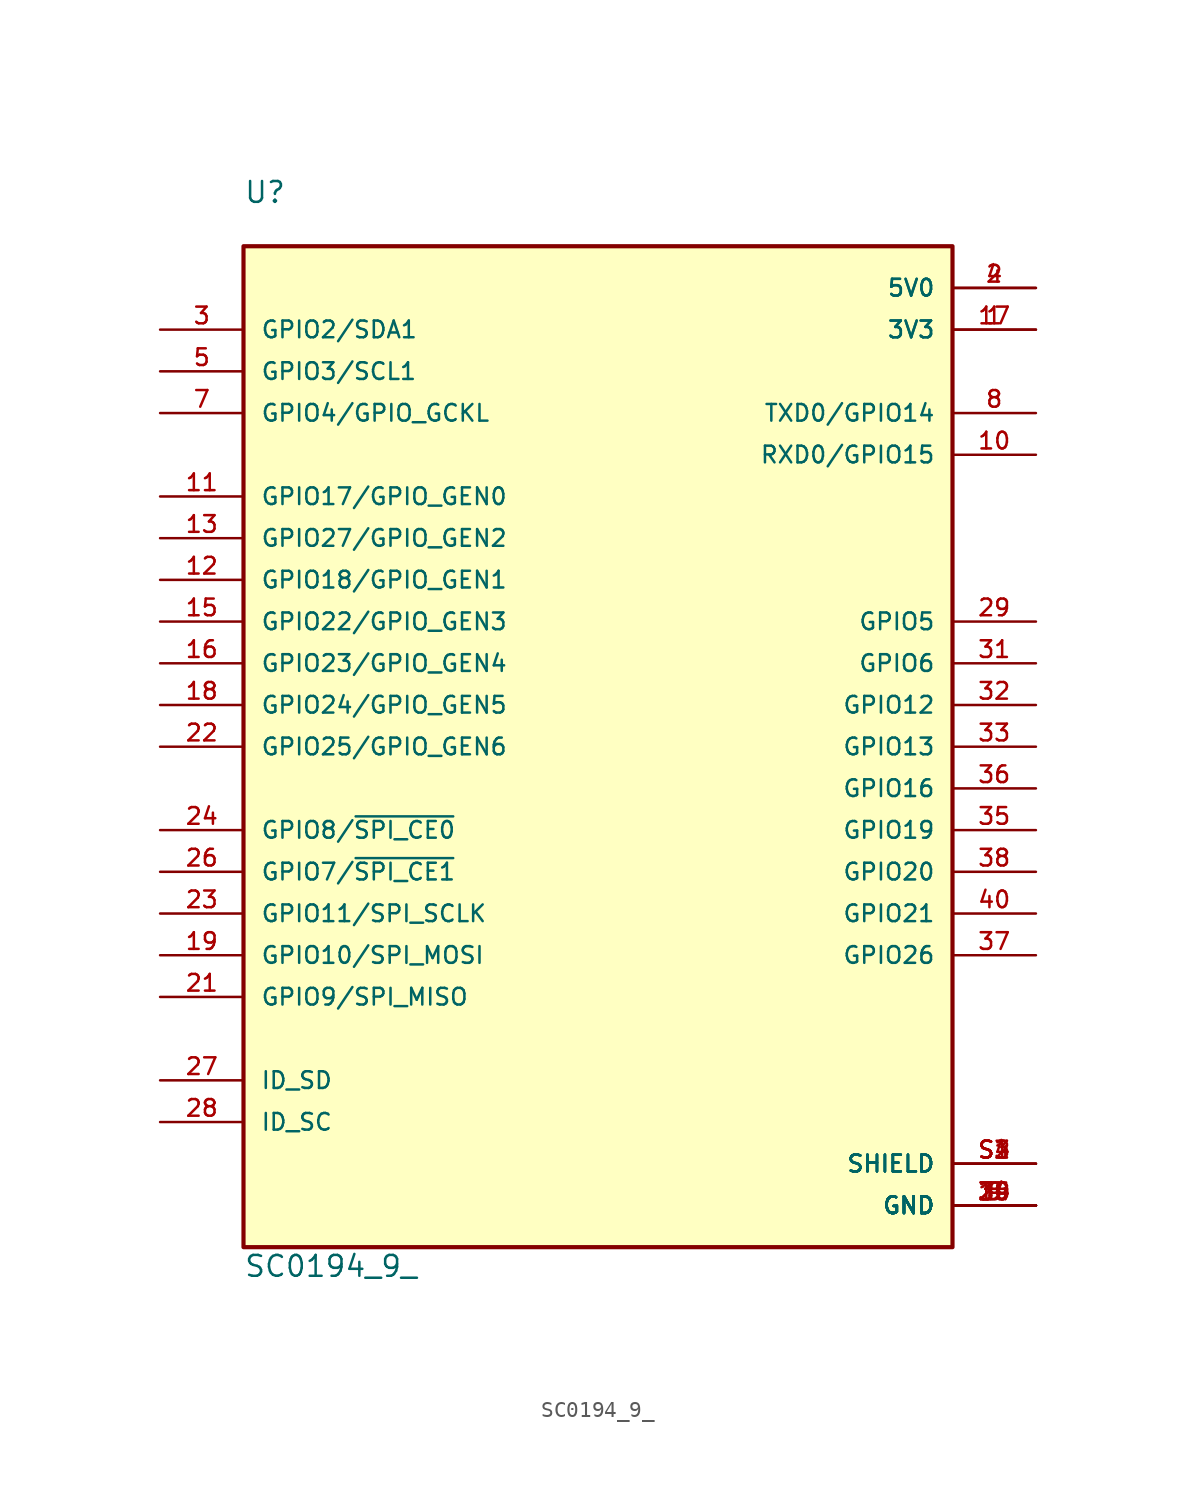
<source format=kicad_sym>
(kicad_symbol_lib
  (version 20211014)
  (generator kicad_symbol_editor)
  (symbol "SC0194_9_"
    (pin_names
      (offset 1.016))
    (property "Reference" "U"
      (at -22.86 27.94 0)
      (effects (font (size 1.27 1.27)) (justify bottom left)))
    (property "Value" "SC0194_9_"
      (at -22.86 -37.465 0)
      (effects (font (size 1.27 1.27)) (justify bottom left)))
    (symbol "SC0194_9__0_0"
      (rectangle (start -22.86 -35.56) (end 20.32 25.4) (stroke (width 0.254)) (fill (type background)))
      (pin power_in line (at 25.4 22.86 180.0) (length 5.08) (name "5V0" (effects (font (size 1.016 1.016)))) (number "2" (effects (font (size 1.016 1.016)))))
      (pin power_in line (at 25.4 22.86 180.0) (length 5.08) (name "5V0" (effects (font (size 1.016 1.016)))) (number "4" (effects (font (size 1.016 1.016)))))
      (pin power_in line (at 25.4 20.32 180.0) (length 5.08) (name "3V3" (effects (font (size 1.016 1.016)))) (number "1" (effects (font (size 1.016 1.016)))))
      (pin power_in line (at 25.4 20.32 180.0) (length 5.08) (name "3V3" (effects (font (size 1.016 1.016)))) (number "17" (effects (font (size 1.016 1.016)))))
      (pin bidirectional line (at -27.94 20.32 0) (length 5.08) (name "GPIO2/SDA1" (effects (font (size 1.016 1.016)))) (number "3" (effects (font (size 1.016 1.016)))))
      (pin bidirectional line (at -27.94 17.78 0) (length 5.08) (name "GPIO3/SCL1" (effects (font (size 1.016 1.016)))) (number "5" (effects (font (size 1.016 1.016)))))
      (pin bidirectional line (at -27.94 15.24 0) (length 5.08) (name "GPIO4/GPIO_GCKL" (effects (font (size 1.016 1.016)))) (number "7" (effects (font (size 1.016 1.016)))))
      (pin bidirectional line (at 25.4 15.24 180.0) (length 5.08) (name "TXD0/GPIO14" (effects (font (size 1.016 1.016)))) (number "8" (effects (font (size 1.016 1.016)))))
      (pin power_in line (at 25.4 -33.02 180.0) (length 5.08) (name "GND" (effects (font (size 1.016 1.016)))) (number "6" (effects (font (size 1.016 1.016)))))
      (pin power_in line (at 25.4 -33.02 180.0) (length 5.08) (name "GND" (effects (font (size 1.016 1.016)))) (number "9" (effects (font (size 1.016 1.016)))))
      (pin power_in line (at 25.4 -33.02 180.0) (length 5.08) (name "GND" (effects (font (size 1.016 1.016)))) (number "14" (effects (font (size 1.016 1.016)))))
      (pin power_in line (at 25.4 -33.02 180.0) (length 5.08) (name "GND" (effects (font (size 1.016 1.016)))) (number "20" (effects (font (size 1.016 1.016)))))
      (pin power_in line (at 25.4 -33.02 180.0) (length 5.08) (name "GND" (effects (font (size 1.016 1.016)))) (number "25" (effects (font (size 1.016 1.016)))))
      (pin power_in line (at 25.4 -33.02 180.0) (length 5.08) (name "GND" (effects (font (size 1.016 1.016)))) (number "30" (effects (font (size 1.016 1.016)))))
      (pin power_in line (at 25.4 -33.02 180.0) (length 5.08) (name "GND" (effects (font (size 1.016 1.016)))) (number "34" (effects (font (size 1.016 1.016)))))
      (pin power_in line (at 25.4 -33.02 180.0) (length 5.08) (name "GND" (effects (font (size 1.016 1.016)))) (number "39" (effects (font (size 1.016 1.016)))))
      (pin bidirectional line (at 25.4 12.7 180.0) (length 5.08) (name "RXD0/GPIO15" (effects (font (size 1.016 1.016)))) (number "10" (effects (font (size 1.016 1.016)))))
      (pin bidirectional line (at -27.94 10.16 0) (length 5.08) (name "GPIO17/GPIO_GEN0" (effects (font (size 1.016 1.016)))) (number "11" (effects (font (size 1.016 1.016)))))
      (pin bidirectional line (at -27.94 5.08 0) (length 5.08) (name "GPIO18/GPIO_GEN1" (effects (font (size 1.016 1.016)))) (number "12" (effects (font (size 1.016 1.016)))))
      (pin bidirectional line (at -27.94 7.62 0) (length 5.08) (name "GPIO27/GPIO_GEN2" (effects (font (size 1.016 1.016)))) (number "13" (effects (font (size 1.016 1.016)))))
      (pin bidirectional line (at -27.94 2.54 0) (length 5.08) (name "GPIO22/GPIO_GEN3" (effects (font (size 1.016 1.016)))) (number "15" (effects (font (size 1.016 1.016)))))
      (pin bidirectional line (at -27.94 0.0 0) (length 5.08) (name "GPIO23/GPIO_GEN4" (effects (font (size 1.016 1.016)))) (number "16" (effects (font (size 1.016 1.016)))))
      (pin bidirectional line (at -27.94 -2.54 0) (length 5.08) (name "GPIO24/GPIO_GEN5" (effects (font (size 1.016 1.016)))) (number "18" (effects (font (size 1.016 1.016)))))
      (pin bidirectional line (at -27.94 -17.78 0) (length 5.08) (name "GPIO10/SPI_MOSI" (effects (font (size 1.016 1.016)))) (number "19" (effects (font (size 1.016 1.016)))))
      (pin bidirectional line (at -27.94 -20.32 0) (length 5.08) (name "GPIO9/SPI_MISO" (effects (font (size 1.016 1.016)))) (number "21" (effects (font (size 1.016 1.016)))))
      (pin bidirectional line (at -27.94 -5.08 0) (length 5.08) (name "GPIO25/GPIO_GEN6" (effects (font (size 1.016 1.016)))) (number "22" (effects (font (size 1.016 1.016)))))
      (pin bidirectional line (at -27.94 -15.24 0) (length 5.08) (name "GPIO11/SPI_SCLK" (effects (font (size 1.016 1.016)))) (number "23" (effects (font (size 1.016 1.016)))))
      (pin bidirectional line (at -27.94 -10.16 0) (length 5.08) (name "GPIO8/~{SPI_CE0}" (effects (font (size 1.016 1.016)))) (number "24" (effects (font (size 1.016 1.016)))))
      (pin bidirectional line (at -27.94 -12.7 0) (length 5.08) (name "GPIO7/~{SPI_CE1}" (effects (font (size 1.016 1.016)))) (number "26" (effects (font (size 1.016 1.016)))))
      (pin bidirectional line (at -27.94 -25.4 0) (length 5.08) (name "ID_SD" (effects (font (size 1.016 1.016)))) (number "27" (effects (font (size 1.016 1.016)))))
      (pin bidirectional line (at -27.94 -27.94 0) (length 5.08) (name "ID_SC" (effects (font (size 1.016 1.016)))) (number "28" (effects (font (size 1.016 1.016)))))
      (pin bidirectional line (at 25.4 2.54 180.0) (length 5.08) (name "GPIO5" (effects (font (size 1.016 1.016)))) (number "29" (effects (font (size 1.016 1.016)))))
      (pin bidirectional line (at 25.4 0.0 180.0) (length 5.08) (name "GPIO6" (effects (font (size 1.016 1.016)))) (number "31" (effects (font (size 1.016 1.016)))))
      (pin bidirectional line (at 25.4 -2.54 180.0) (length 5.08) (name "GPIO12" (effects (font (size 1.016 1.016)))) (number "32" (effects (font (size 1.016 1.016)))))
      (pin bidirectional line (at 25.4 -5.08 180.0) (length 5.08) (name "GPIO13" (effects (font (size 1.016 1.016)))) (number "33" (effects (font (size 1.016 1.016)))))
      (pin bidirectional line (at 25.4 -10.16 180.0) (length 5.08) (name "GPIO19" (effects (font (size 1.016 1.016)))) (number "35" (effects (font (size 1.016 1.016)))))
      (pin bidirectional line (at 25.4 -7.62 180.0) (length 5.08) (name "GPIO16" (effects (font (size 1.016 1.016)))) (number "36" (effects (font (size 1.016 1.016)))))
      (pin bidirectional line (at 25.4 -17.78 180.0) (length 5.08) (name "GPIO26" (effects (font (size 1.016 1.016)))) (number "37" (effects (font (size 1.016 1.016)))))
      (pin bidirectional line (at 25.4 -12.7 180.0) (length 5.08) (name "GPIO20" (effects (font (size 1.016 1.016)))) (number "38" (effects (font (size 1.016 1.016)))))
      (pin bidirectional line (at 25.4 -15.24 180.0) (length 5.08) (name "GPIO21" (effects (font (size 1.016 1.016)))) (number "40" (effects (font (size 1.016 1.016)))))
      (pin power_in line (at 25.4 -30.48 180.0) (length 5.08) (name "SHIELD" (effects (font (size 1.016 1.016)))) (number "S1" (effects (font (size 1.016 1.016)))))
      (pin power_in line (at 25.4 -30.48 180.0) (length 5.08) (name "SHIELD" (effects (font (size 1.016 1.016)))) (number "S2" (effects (font (size 1.016 1.016)))))
      (pin power_in line (at 25.4 -30.48 180.0) (length 5.08) (name "SHIELD" (effects (font (size 1.016 1.016)))) (number "S3" (effects (font (size 1.016 1.016)))))
      (pin power_in line (at 25.4 -30.48 180.0) (length 5.08) (name "SHIELD" (effects (font (size 1.016 1.016)))) (number "S4" (effects (font (size 1.016 1.016))))))))
</source>
